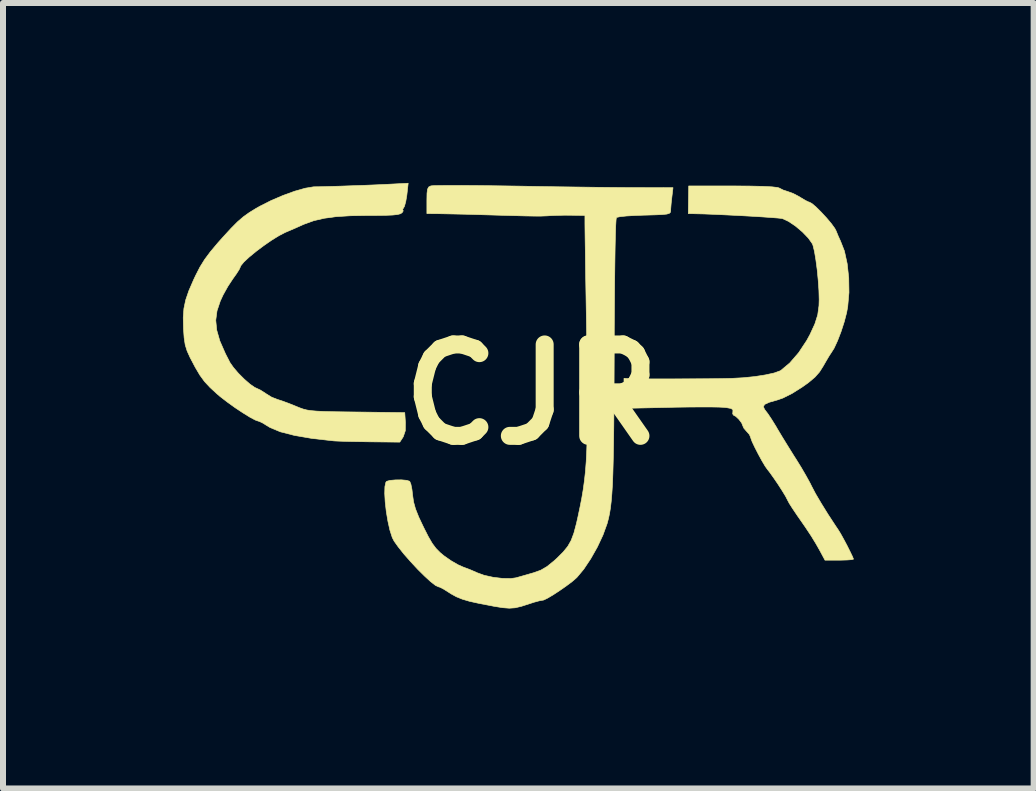
<source format=kicad_pcb>
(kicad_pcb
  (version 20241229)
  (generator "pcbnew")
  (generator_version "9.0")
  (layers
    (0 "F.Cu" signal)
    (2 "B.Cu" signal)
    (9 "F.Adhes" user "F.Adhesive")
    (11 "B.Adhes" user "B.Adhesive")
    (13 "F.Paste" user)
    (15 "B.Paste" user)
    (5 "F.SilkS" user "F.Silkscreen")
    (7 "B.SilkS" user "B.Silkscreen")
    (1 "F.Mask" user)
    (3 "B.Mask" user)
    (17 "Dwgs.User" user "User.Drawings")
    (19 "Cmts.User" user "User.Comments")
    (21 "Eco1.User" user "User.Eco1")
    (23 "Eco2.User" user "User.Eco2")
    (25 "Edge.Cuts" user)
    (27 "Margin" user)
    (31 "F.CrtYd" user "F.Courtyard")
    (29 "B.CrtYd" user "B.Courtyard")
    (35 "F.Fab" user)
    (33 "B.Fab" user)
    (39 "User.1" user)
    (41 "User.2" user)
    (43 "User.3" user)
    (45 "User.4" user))
  (footprint "CJR"
    (layer "F.Cu")
    (at 5.813 3.527)
    (property "Reference" "CJR" (at 0 0 0) (layer "F.SilkS") (effects (font (size 1.524 1.524) (thickness 0.3))))
    (attr through_hole)
    (fp_poly (pts (xy -2.08 -3.325) (xy -2.098 -3.218) (xy -2.12 -3.137) (xy -2.139 -3.104) (xy -2.156 -3.083) (xy -2.147 -3.08) (xy -2.141 -3.06) (xy -2.159 -3.032) (xy -2.185 -3.014) (xy -2.233 -3.001) (xy -2.314 -2.992) (xy -2.435 -2.987) (xy -2.605 -2.985) (xy -2.732 -2.985) (xy -3.022 -2.98) (xy -3.26 -2.965) (xy -3.459 -2.938) (xy -3.631 -2.898) (xy -3.786 -2.842) (xy -3.822 -2.827) (xy -3.933 -2.777) (xy -4.061 -2.722) (xy -4.11 -2.701) (xy -4.214 -2.647) (xy -4.337 -2.571) (xy -4.468 -2.48) (xy -4.596 -2.384) (xy -4.71 -2.29) (xy -4.798 -2.208) (xy -4.849 -2.145) (xy -4.858 -2.122) (xy -4.876 -2.083) (xy -4.922 -2.011) (xy -4.982 -1.927) (xy -5.063 -1.804) (xy -5.144 -1.659) (xy -5.191 -1.557) (xy -5.245 -1.395) (xy -5.266 -1.238) (xy -5.25 -1.074) (xy -5.198 -0.893) (xy -5.106 -0.683) (xy -5.028 -0.531) (xy -4.972 -0.451) (xy -4.889 -0.354) (xy -4.792 -0.257) (xy -4.697 -0.174) (xy -4.62 -0.12) (xy -4.597 -0.109) (xy -4.522 -0.074) (xy -4.437 -0.02) (xy -4.429 -0.014) (xy -4.337 0.043) (xy -4.243 0.081) (xy -4.239 0.082) (xy -4.161 0.107) (xy -4.049 0.148) (xy -3.935 0.194) (xy -3.869 0.221) (xy -3.811 0.242) (xy -3.75 0.258) (xy -3.678 0.269) (xy -3.585 0.277) (xy -3.462 0.283) (xy -3.3 0.287) (xy -3.09 0.29) (xy -2.921 0.292) (xy -2.115 0.302) (xy -2.104 0.467) (xy -2.106 0.605) (xy -2.139 0.702) (xy -2.145 0.713) (xy -2.198 0.794) (xy -2.694 0.789) (xy -2.875 0.786) (xy -3.042 0.783) (xy -3.18 0.779) (xy -3.275 0.775) (xy -3.302 0.773) (xy -3.659 0.733) (xy -3.955 0.682) (xy -4.189 0.622) (xy -4.36 0.551) (xy -4.41 0.521) (xy -4.486 0.474) (xy -4.543 0.447) (xy -4.554 0.445) (xy -4.607 0.426) (xy -4.699 0.377) (xy -4.815 0.305) (xy -4.945 0.219) (xy -5.074 0.126) (xy -5.192 0.035) (xy -5.246 -0.011) (xy -5.362 -0.118) (xy -5.453 -0.216) (xy -5.531 -0.323) (xy -5.609 -0.455) (xy -5.695 -0.619) (xy -5.744 -0.727) (xy -5.775 -0.827) (xy -5.793 -0.944) (xy -5.804 -1.099) (xy -5.804 -1.104) (xy -5.808 -1.282) (xy -5.797 -1.433) (xy -5.767 -1.576) (xy -5.714 -1.731) (xy -5.634 -1.915) (xy -5.601 -1.985) (xy -5.53 -2.124) (xy -5.452 -2.25) (xy -5.356 -2.379) (xy -5.231 -2.528) (xy -5.148 -2.621) (xy -5.013 -2.768) (xy -4.905 -2.877) (xy -4.808 -2.961) (xy -4.709 -3.032) (xy -4.594 -3.103) (xy -4.53 -3.139) (xy -4.34 -3.235) (xy -4.141 -3.32) (xy -3.948 -3.39) (xy -3.775 -3.439) (xy -3.638 -3.462) (xy -3.612 -3.463) (xy -3.52 -3.464) (xy -3.378 -3.468) (xy -3.201 -3.473) (xy -3.004 -3.48) (xy -2.799 -3.487) (xy -2.603 -3.495) (xy -2.428 -3.503) (xy -2.37 -3.506) (xy -2.058 -3.522) (xy -2.08 -3.325)) (stroke (width 0.01) (type solid)) (fill yes) (layer "F.SilkS"))
    (fp_poly (pts (xy 3.635 -3.475) (xy 3.853 -3.47) (xy 4.009 -3.462) (xy 4.103 -3.451) (xy 4.131 -3.441) (xy 4.193 -3.409) (xy 4.27 -3.384) (xy 4.359 -3.352) (xy 4.46 -3.299) (xy 4.484 -3.284) (xy 4.562 -3.237) (xy 4.618 -3.21) (xy 4.63 -3.207) (xy 4.673 -3.184) (xy 4.744 -3.124) (xy 4.829 -3.039) (xy 4.918 -2.943) (xy 4.997 -2.849) (xy 5.055 -2.769) (xy 5.076 -2.729) (xy 5.113 -2.638) (xy 5.147 -2.564) (xy 5.149 -2.56) (xy 5.215 -2.392) (xy 5.261 -2.181) (xy 5.287 -1.944) (xy 5.291 -1.7) (xy 5.27 -1.466) (xy 5.252 -1.365) (xy 5.212 -1.211) (xy 5.159 -1.048) (xy 5.1 -0.895) (xy 5.042 -0.77) (xy 4.997 -0.699) (xy 4.962 -0.646) (xy 4.91 -0.558) (xy 4.863 -0.476) (xy 4.8 -0.376) (xy 4.723 -0.289) (xy 4.616 -0.199) (xy 4.514 -0.126) (xy 4.343 -0.018) (xy 4.187 0.06) (xy 4.091 0.093) (xy 3.961 0.13) (xy 3.887 0.164) (xy 3.863 0.201) (xy 3.883 0.247) (xy 3.898 0.267) (xy 3.942 0.325) (xy 4.005 0.42) (xy 4.076 0.535) (xy 4.097 0.572) (xy 4.181 0.712) (xy 4.282 0.876) (xy 4.381 1.035) (xy 4.409 1.078) (xy 4.495 1.217) (xy 4.578 1.36) (xy 4.645 1.482) (xy 4.665 1.523) (xy 4.732 1.651) (xy 4.828 1.814) (xy 4.942 1.998) (xy 5.065 2.186) (xy 5.112 2.256) (xy 5.151 2.319) (xy 5.202 2.411) (xy 5.258 2.516) (xy 5.309 2.618) (xy 5.348 2.699) (xy 5.366 2.743) (xy 5.366 2.745) (xy 5.337 2.753) (xy 5.259 2.759) (xy 5.15 2.762) (xy 5.128 2.762) (xy 4.891 2.762) (xy 4.81 2.611) (xy 4.741 2.489) (xy 4.661 2.358) (xy 4.56 2.206) (xy 4.43 2.019) (xy 4.42 2.004) (xy 4.351 1.902) (xy 4.295 1.814) (xy 4.265 1.757) (xy 4.264 1.755) (xy 4.234 1.697) (xy 4.178 1.605) (xy 4.108 1.496) (xy 4.034 1.388) (xy 3.969 1.297) (xy 3.935 1.254) (xy 3.893 1.195) (xy 3.838 1.102) (xy 3.778 0.992) (xy 3.721 0.881) (xy 3.676 0.786) (xy 3.653 0.723) (xy 3.651 0.713) (xy 3.63 0.666) (xy 3.588 0.619) (xy 3.54 0.564) (xy 3.523 0.527) (xy 3.502 0.475) (xy 3.455 0.413) (xy 3.402 0.363) (xy 3.371 0.349) (xy 3.352 0.324) (xy 3.355 0.29) (xy 3.356 0.255) (xy 3.325 0.233) (xy 3.25 0.219) (xy 3.201 0.214) (xy 3.121 0.21) (xy 2.988 0.208) (xy 2.815 0.208) (xy 2.614 0.209) (xy 2.396 0.212) (xy 2.286 0.215) (xy 1.54 0.231) (xy 1.54 -0.27) (xy 1.635 -0.264) (xy 1.703 -0.262) (xy 1.822 -0.261) (xy 1.983 -0.26) (xy 2.173 -0.26) (xy 2.381 -0.26) (xy 2.595 -0.261) (xy 2.806 -0.262) (xy 3 -0.263) (xy 3.166 -0.265) (xy 3.295 -0.268) (xy 3.318 -0.268) (xy 3.524 -0.279) (xy 3.722 -0.299) (xy 3.9 -0.327) (xy 4.045 -0.359) (xy 4.142 -0.394) (xy 4.156 -0.402) (xy 4.304 -0.526) (xy 4.452 -0.697) (xy 4.587 -0.901) (xy 4.641 -1) (xy 4.722 -1.176) (xy 4.77 -1.327) (xy 4.791 -1.48) (xy 4.794 -1.581) (xy 4.79 -1.733) (xy 4.778 -1.904) (xy 4.761 -2.08) (xy 4.739 -2.245) (xy 4.716 -2.384) (xy 4.692 -2.482) (xy 4.681 -2.512) (xy 4.615 -2.606) (xy 4.515 -2.71) (xy 4.399 -2.808) (xy 4.283 -2.886) (xy 4.185 -2.931) (xy 4.169 -2.935) (xy 4.104 -2.942) (xy 3.987 -2.951) (xy 3.831 -2.962) (xy 3.647 -2.973) (xy 3.448 -2.984) (xy 3.244 -2.994) (xy 3.049 -3.003) (xy 2.874 -3.01) (xy 2.743 -3.013) (xy 2.612 -3.016) (xy 2.619 -3.477) (xy 3.353 -3.477) (xy 3.635 -3.475)) (stroke (width 0.01) (type solid)) (fill yes) (layer "F.SilkS"))
    (fp_poly (pts (xy -1.187 -3.485) (xy -0.956 -3.484) (xy -0.696 -3.481) (xy -0.413 -3.477) (xy -0.211 -3.474) (xy 0.109 -3.468) (xy 0.431 -3.463) (xy 0.746 -3.459) (xy 1.043 -3.455) (xy 1.312 -3.452) (xy 1.543 -3.45) (xy 1.723 -3.449) (xy 1.774 -3.449) (xy 2.357 -3.448) (xy 2.338 -3.288) (xy 2.326 -3.181) (xy 2.319 -3.092) (xy 2.318 -3.064) (xy 2.314 -3.038) (xy 2.297 -3.021) (xy 2.255 -3.008) (xy 2.18 -3) (xy 2.062 -2.995) (xy 1.891 -2.99) (xy 1.881 -2.99) (xy 1.72 -2.984) (xy 1.581 -2.976) (xy 1.476 -2.965) (xy 1.42 -2.953) (xy 1.414 -2.95) (xy 1.408 -2.913) (xy 1.402 -2.815) (xy 1.397 -2.659) (xy 1.392 -2.449) (xy 1.388 -2.187) (xy 1.384 -1.876) (xy 1.381 -1.52) (xy 1.378 -1.12) (xy 1.377 -0.706) (xy 1.375 -0.239) (xy 1.373 0.169) (xy 1.37 0.524) (xy 1.366 0.829) (xy 1.361 1.09) (xy 1.355 1.311) (xy 1.348 1.497) (xy 1.338 1.653) (xy 1.327 1.783) (xy 1.314 1.893) (xy 1.299 1.986) (xy 1.281 2.069) (xy 1.261 2.145) (xy 1.258 2.155) (xy 1.19 2.342) (xy 1.096 2.543) (xy 0.985 2.739) (xy 0.869 2.913) (xy 0.758 3.046) (xy 0.746 3.058) (xy 0.673 3.121) (xy 0.574 3.195) (xy 0.462 3.273) (xy 0.353 3.344) (xy 0.261 3.398) (xy 0.2 3.427) (xy 0.188 3.429) (xy 0.131 3.439) (xy 0.038 3.464) (xy -0.035 3.488) (xy -0.169 3.531) (xy -0.274 3.556) (xy -0.372 3.563) (xy -0.485 3.554) (xy -0.633 3.53) (xy -0.667 3.523) (xy -0.876 3.483) (xy -1.035 3.448) (xy -1.156 3.412) (xy -1.253 3.373) (xy -1.339 3.326) (xy -1.378 3.301) (xy -1.463 3.247) (xy -1.529 3.213) (xy -1.551 3.207) (xy -1.603 3.183) (xy -1.684 3.12) (xy -1.786 3.026) (xy -1.901 2.912) (xy -2.017 2.787) (xy -2.128 2.661) (xy -2.222 2.543) (xy -2.292 2.445) (xy -2.323 2.385) (xy -2.363 2.261) (xy -2.396 2.112) (xy -2.423 1.951) (xy -2.441 1.793) (xy -2.449 1.65) (xy -2.446 1.536) (xy -2.43 1.464) (xy -2.418 1.448) (xy -2.361 1.432) (xy -2.27 1.424) (xy -2.169 1.423) (xy -2.082 1.431) (xy -2.033 1.447) (xy -2.033 1.447) (xy -2.013 1.494) (xy -1.995 1.583) (xy -1.984 1.679) (xy -1.968 1.791) (xy -1.936 1.907) (xy -1.882 2.043) (xy -1.801 2.214) (xy -1.722 2.37) (xy -1.657 2.482) (xy -1.595 2.565) (xy -1.525 2.636) (xy -1.461 2.689) (xy -1.347 2.769) (xy -1.228 2.838) (xy -1.143 2.876) (xy -1.034 2.917) (xy -0.935 2.959) (xy -0.91 2.971) (xy -0.792 3.014) (xy -0.643 3.047) (xy -0.486 3.066) (xy -0.345 3.068) (xy -0.261 3.056) (xy -0.162 3.028) (xy -0.037 2.992) (xy 0.039 2.97) (xy 0.153 2.929) (xy 0.257 2.868) (xy 0.372 2.775) (xy 0.424 2.728) (xy 0.526 2.626) (xy 0.602 2.533) (xy 0.659 2.433) (xy 0.705 2.31) (xy 0.748 2.148) (xy 0.774 2.032) (xy 0.807 1.876) (xy 0.836 1.729) (xy 0.86 1.586) (xy 0.88 1.44) (xy 0.897 1.287) (xy 0.91 1.119) (xy 0.919 0.933) (xy 0.926 0.723) (xy 0.929 0.482) (xy 0.93 0.205) (xy 0.928 -0.114) (xy 0.924 -0.479) (xy 0.919 -0.898) (xy 0.912 -1.333) (xy 0.907 -1.634) (xy 0.902 -1.918) (xy 0.898 -2.178) (xy 0.895 -2.408) (xy 0.892 -2.601) (xy 0.89 -2.749) (xy 0.889 -2.846) (xy 0.889 -2.881) (xy 0.889 -2.985) (xy 0.691 -2.988) (xy 0.546 -2.989) (xy 0.395 -2.985) (xy 0.318 -2.982) (xy 0.257 -2.978) (xy 0.204 -2.976) (xy 0.151 -2.974) (xy 0.087 -2.974) (xy 0.005 -2.975) (xy -0.105 -2.977) (xy -0.251 -2.981) (xy -0.444 -2.986) (xy -0.683 -2.993) (xy -0.894 -2.999) (xy -1.099 -3.005) (xy -1.283 -3.009) (xy -1.432 -3.012) (xy -1.532 -3.014) (xy -1.746 -3.016) (xy -1.746 -3.236) (xy -1.744 -3.354) (xy -1.735 -3.423) (xy -1.715 -3.46) (xy -1.679 -3.478) (xy -1.679 -3.478) (xy -1.634 -3.482) (xy -1.533 -3.484) (xy -1.381 -3.485) (xy -1.187 -3.485)) (stroke (width 0.01) (type solid)) (fill yes) (layer "F.SilkS")))
  (gr_rect
    (start -3 -3)
    (end 14.183 10.095)
    (stroke (width 0.1) (type default))
    (fill no)
    (layer "Edge.Cuts")))
</source>
